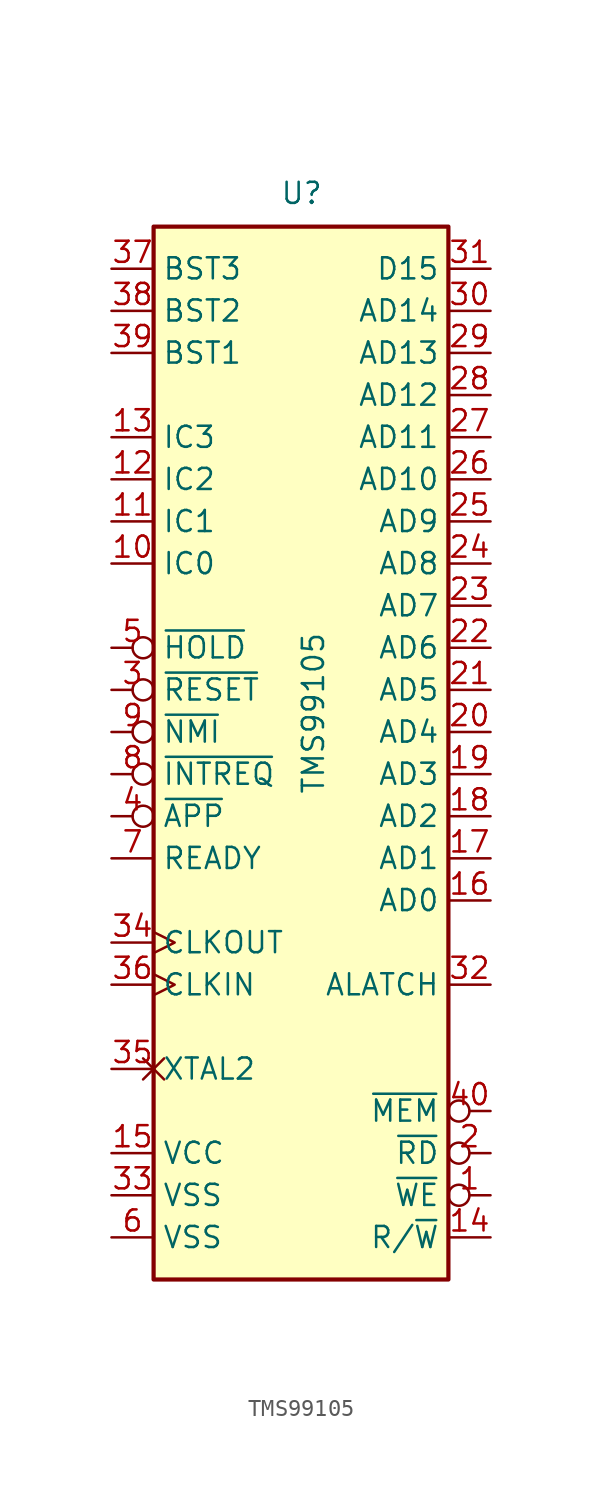
<source format=kicad_sym>
(kicad_symbol_lib
  (version 20211014)
  (generator kicad_symbol_editor)
  (symbol "TMS99105"
    (property "Reference" "U"
      (at -1.27 31.75 0)
      (effects (font (size 1.27 1.27)) (justify left bottom)))
    (property "Value" "TMS99105"
      (at 0 -3.81 90)
      (effects (font (size 1.27 1.27)) (justify left top)))
    (symbol "TMS99105_0_1"
      (rectangle (start -8.89 -33.02) (end 8.89 30.48) (stroke (width 0.254) (type default) (color 0 0 0 0)) (fill (type background))))
    (symbol "TMS99105_1_1"
      (pin output inverted (at 11.43 -27.94 180) (length 2.54) (name "~{WE}" (effects (font (size 1.27 1.27)))) (number "1" (effects (font (size 1.27 1.27)))))
      (pin input line (at -11.43 10.16 0) (length 2.54) (name "IC0" (effects (font (size 1.27 1.27)))) (number "10" (effects (font (size 1.27 1.27)))))
      (pin input line (at -11.43 12.7 0) (length 2.54) (name "IC1" (effects (font (size 1.27 1.27)))) (number "11" (effects (font (size 1.27 1.27)))))
      (pin input line (at -11.43 15.24 0) (length 2.54) (name "IC2" (effects (font (size 1.27 1.27)))) (number "12" (effects (font (size 1.27 1.27)))))
      (pin input line (at -11.43 17.78 0) (length 2.54) (name "IC3" (effects (font (size 1.27 1.27)))) (number "13" (effects (font (size 1.27 1.27)))))
      (pin output line (at 11.43 -30.48 180) (length 2.54) (name "R/~{W}" (effects (font (size 1.27 1.27)))) (number "14" (effects (font (size 1.27 1.27)))))
      (pin power_in line (at -11.43 -25.4 0) (length 2.54) (name "VCC" (effects (font (size 1.27 1.27)))) (number "15" (effects (font (size 1.27 1.27)))))
      (pin bidirectional line (at 11.43 -10.16 180) (length 2.54) (name "AD0" (effects (font (size 1.27 1.27)))) (number "16" (effects (font (size 1.27 1.27)))))
      (pin bidirectional line (at 11.43 -7.62 180) (length 2.54) (name "AD1" (effects (font (size 1.27 1.27)))) (number "17" (effects (font (size 1.27 1.27)))))
      (pin bidirectional line (at 11.43 -5.08 180) (length 2.54) (name "AD2" (effects (font (size 1.27 1.27)))) (number "18" (effects (font (size 1.27 1.27)))))
      (pin bidirectional line (at 11.43 -2.54 180) (length 2.54) (name "AD3" (effects (font (size 1.27 1.27)))) (number "19" (effects (font (size 1.27 1.27)))))
      (pin output inverted (at 11.43 -25.4 180) (length 2.54) (name "~{RD}" (effects (font (size 1.27 1.27)))) (number "2" (effects (font (size 1.27 1.27)))))
      (pin bidirectional line (at 11.43 0 180) (length 2.54) (name "AD4" (effects (font (size 1.27 1.27)))) (number "20" (effects (font (size 1.27 1.27)))))
      (pin bidirectional line (at 11.43 2.54 180) (length 2.54) (name "AD5" (effects (font (size 1.27 1.27)))) (number "21" (effects (font (size 1.27 1.27)))))
      (pin bidirectional line (at 11.43 5.08 180) (length 2.54) (name "AD6" (effects (font (size 1.27 1.27)))) (number "22" (effects (font (size 1.27 1.27)))))
      (pin bidirectional line (at 11.43 7.62 180) (length 2.54) (name "AD7" (effects (font (size 1.27 1.27)))) (number "23" (effects (font (size 1.27 1.27)))))
      (pin bidirectional line (at 11.43 10.16 180) (length 2.54) (name "AD8" (effects (font (size 1.27 1.27)))) (number "24" (effects (font (size 1.27 1.27)))))
      (pin bidirectional line (at 11.43 12.7 180) (length 2.54) (name "AD9" (effects (font (size 1.27 1.27)))) (number "25" (effects (font (size 1.27 1.27)))))
      (pin bidirectional line (at 11.43 15.24 180) (length 2.54) (name "AD10" (effects (font (size 1.27 1.27)))) (number "26" (effects (font (size 1.27 1.27)))))
      (pin bidirectional line (at 11.43 17.78 180) (length 2.54) (name "AD11" (effects (font (size 1.27 1.27)))) (number "27" (effects (font (size 1.27 1.27)))))
      (pin bidirectional line (at 11.43 20.32 180) (length 2.54) (name "AD12" (effects (font (size 1.27 1.27)))) (number "28" (effects (font (size 1.27 1.27)))))
      (pin bidirectional line (at 11.43 22.86 180) (length 2.54) (name "AD13" (effects (font (size 1.27 1.27)))) (number "29" (effects (font (size 1.27 1.27)))))
      (pin input inverted (at -11.43 2.54 0) (length 2.54) (name "~{RESET}" (effects (font (size 1.27 1.27)))) (number "3" (effects (font (size 1.27 1.27)))))
      (pin bidirectional line (at 11.43 25.4 180) (length 2.54) (name "AD14" (effects (font (size 1.27 1.27)))) (number "30" (effects (font (size 1.27 1.27)))))
      (pin power_out line (at 11.43 27.94 180) (length 2.54) (name "D15" (effects (font (size 1.27 1.27)))) (number "31" (effects (font (size 1.27 1.27)))))
      (pin output line (at 11.43 -15.24 180) (length 2.54) (name "ALATCH" (effects (font (size 1.27 1.27)))) (number "32" (effects (font (size 1.27 1.27)))))
      (pin power_in line (at -11.43 -27.94 0) (length 2.54) (name "VSS" (effects (font (size 1.27 1.27)))) (number "33" (effects (font (size 1.27 1.27)))))
      (pin output clock (at -11.43 -12.7 0) (length 2.54) (name "CLKOUT" (effects (font (size 1.27 1.27)))) (number "34" (effects (font (size 1.27 1.27)))))
      (pin passive non_logic (at -11.43 -20.32 0) (length 2.54) (name "XTAL2" (effects (font (size 1.27 1.27)))) (number "35" (effects (font (size 1.27 1.27)))))
      (pin input clock (at -11.43 -15.24 0) (length 2.54) (name "CLKIN" (effects (font (size 1.27 1.27)))) (number "36" (effects (font (size 1.27 1.27)))))
      (pin output line (at -11.43 27.94 0) (length 2.54) (name "BST3" (effects (font (size 1.27 1.27)))) (number "37" (effects (font (size 1.27 1.27)))))
      (pin output line (at -11.43 25.4 0) (length 2.54) (name "BST2" (effects (font (size 1.27 1.27)))) (number "38" (effects (font (size 1.27 1.27)))))
      (pin output line (at -11.43 22.86 0) (length 2.54) (name "BST1" (effects (font (size 1.27 1.27)))) (number "39" (effects (font (size 1.27 1.27)))))
      (pin input inverted (at -11.43 -5.08 0) (length 2.54) (name "~{APP}" (effects (font (size 1.27 1.27)))) (number "4" (effects (font (size 1.27 1.27)))))
      (pin output inverted (at 11.43 -22.86 180) (length 2.54) (name "~{MEM}" (effects (font (size 1.27 1.27)))) (number "40" (effects (font (size 1.27 1.27)))))
      (pin input inverted (at -11.43 5.08 0) (length 2.54) (name "~{HOLD}" (effects (font (size 1.27 1.27)))) (number "5" (effects (font (size 1.27 1.27)))))
      (pin power_in line (at -11.43 -30.48 0) (length 2.54) (name "VSS" (effects (font (size 1.27 1.27)))) (number "6" (effects (font (size 1.27 1.27)))))
      (pin input line (at -11.43 -7.62 0) (length 2.54) (name "READY" (effects (font (size 1.27 1.27)))) (number "7" (effects (font (size 1.27 1.27)))))
      (pin input inverted (at -11.43 -2.54 0) (length 2.54) (name "~{INTREQ}" (effects (font (size 1.27 1.27)))) (number "8" (effects (font (size 1.27 1.27)))))
      (pin input inverted (at -11.43 0 0) (length 2.54) (name "~{NMI}" (effects (font (size 1.27 1.27)))) (number "9" (effects (font (size 1.27 1.27))))))))
</source>
